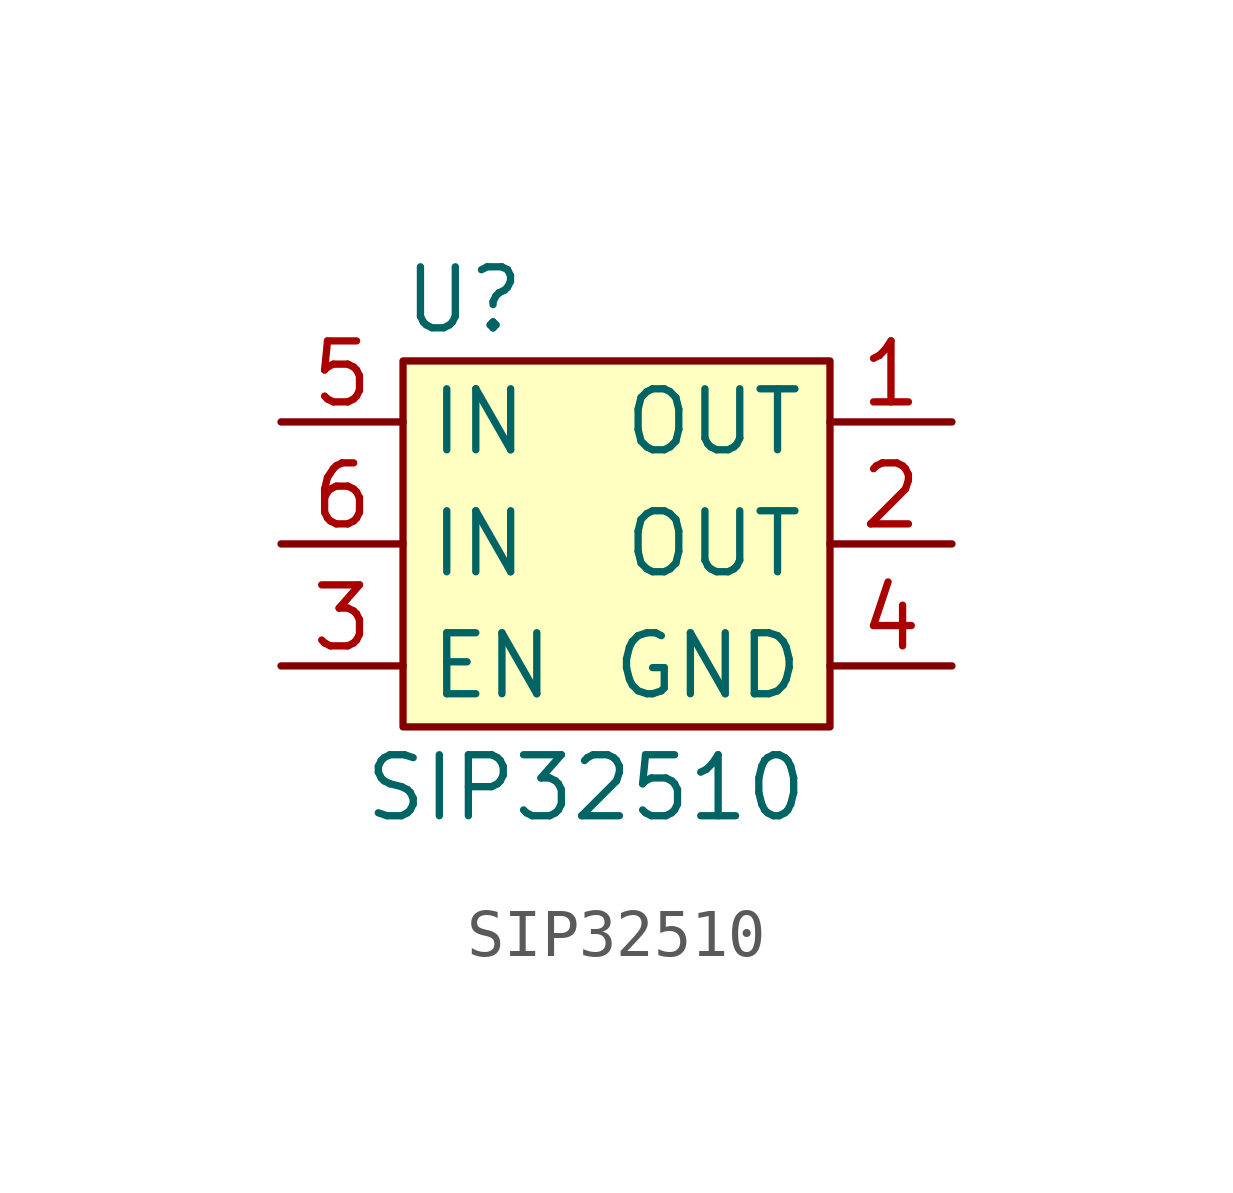
<source format=kicad_sym>
(kicad_symbol_lib
  (version 20211014)
  (generator kicad_symbol_editor)
  (symbol "SIP32510"
    (property "Reference" "U"
      (at 1.27 8.89 0)
      (effects (font (size 1.27 1.27))))
    (property "Value" "SIP32510"
      (at 3.81 -1.27 0)
      (effects (font (size 1.27 1.27))))
    (symbol "SIP32510_0_1"
      (rectangle (start 0 0) (end 8.89 7.62) (stroke (width 0.152) (type default) (color 0 0 0 0)) (fill (type background))))
    (symbol "SIP32510_1_1"
      (pin power_out line (at 11.43 6.35 180) (length 2.54) (name "OUT" (effects (font (size 1.27 1.27)))) (number "1" (effects (font (size 1.27 1.27)))))
      (pin power_out line (at 11.43 3.81 180) (length 2.54) (name "OUT" (effects (font (size 1.27 1.27)))) (number "2" (effects (font (size 1.27 1.27)))))
      (pin input line (at -2.54 1.27 0) (length 2.54) (name "EN" (effects (font (size 1.27 1.27)))) (number "3" (effects (font (size 1.27 1.27)))))
      (pin power_in line (at 11.43 1.27 180) (length 2.54) (name "GND" (effects (font (size 1.27 1.27)))) (number "4" (effects (font (size 1.27 1.27)))))
      (pin power_in line (at -2.54 6.35 0) (length 2.54) (name "IN" (effects (font (size 1.27 1.27)))) (number "5" (effects (font (size 1.27 1.27)))))
      (pin power_in line (at -2.54 3.81 0) (length 2.54) (name "IN" (effects (font (size 1.27 1.27)))) (number "6" (effects (font (size 1.27 1.27))))))))
</source>
